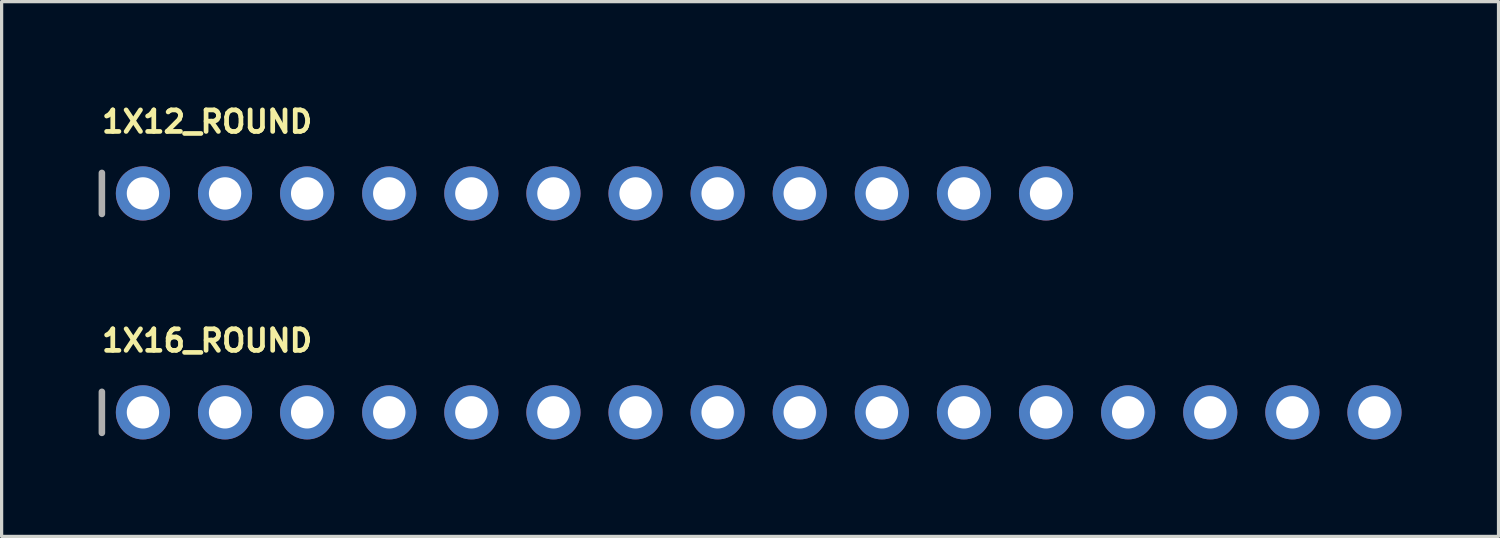
<source format=kicad_pcb>
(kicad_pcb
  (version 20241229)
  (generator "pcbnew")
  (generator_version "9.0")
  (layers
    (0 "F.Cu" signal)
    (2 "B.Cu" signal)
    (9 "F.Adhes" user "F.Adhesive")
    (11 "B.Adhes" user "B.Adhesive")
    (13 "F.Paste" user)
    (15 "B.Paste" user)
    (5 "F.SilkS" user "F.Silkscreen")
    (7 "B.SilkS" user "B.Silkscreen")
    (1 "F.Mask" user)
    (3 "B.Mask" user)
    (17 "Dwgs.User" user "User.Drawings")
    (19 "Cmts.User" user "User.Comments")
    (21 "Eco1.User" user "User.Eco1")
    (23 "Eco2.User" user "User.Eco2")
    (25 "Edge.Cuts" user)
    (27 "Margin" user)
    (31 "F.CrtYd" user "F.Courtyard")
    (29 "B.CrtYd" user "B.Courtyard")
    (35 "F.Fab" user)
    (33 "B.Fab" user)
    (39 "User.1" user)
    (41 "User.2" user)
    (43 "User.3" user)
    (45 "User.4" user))
  (footprint "1X16_ROUND"
    (layer "F.Cu")
    (at 20.422 9.707)
    (property "Reference" "1X16_ROUND" (at -20.396 -1.829 0) (layer "F.SilkS") (effects (font (size 0.666 0.666) (thickness 0.146)) (justify left bottom)))
    (fp_line (start -20.32 -0.635) (end -20.32 0.635) (stroke (width 0.203) (type solid)) (layer "F.Fab"))
    (fp_poly (pts (xy -19.304 0.254) (xy -18.796 0.254) (xy -18.796 -0.254) (xy -19.304 -0.254)) (stroke (width 0.1) (type solid)) (fill no) (layer "F.Fab"))
    (fp_poly (pts (xy -16.764 0.254) (xy -16.256 0.254) (xy -16.256 -0.254) (xy -16.764 -0.254)) (stroke (width 0.1) (type solid)) (fill no) (layer "F.Fab"))
    (fp_poly (pts (xy -14.224 0.254) (xy -13.716 0.254) (xy -13.716 -0.254) (xy -14.224 -0.254)) (stroke (width 0.1) (type solid)) (fill no) (layer "F.Fab"))
    (fp_poly (pts (xy -11.684 0.254) (xy -11.176 0.254) (xy -11.176 -0.254) (xy -11.684 -0.254)) (stroke (width 0.1) (type solid)) (fill no) (layer "F.Fab"))
    (fp_poly (pts (xy -9.144 0.254) (xy -8.636 0.254) (xy -8.636 -0.254) (xy -9.144 -0.254)) (stroke (width 0.1) (type solid)) (fill no) (layer "F.Fab"))
    (fp_poly (pts (xy -6.604 0.254) (xy -6.096 0.254) (xy -6.096 -0.254) (xy -6.604 -0.254)) (stroke (width 0.1) (type solid)) (fill no) (layer "F.Fab"))
    (fp_poly (pts (xy -4.064 0.254) (xy -3.556 0.254) (xy -3.556 -0.254) (xy -4.064 -0.254)) (stroke (width 0.1) (type solid)) (fill no) (layer "F.Fab"))
    (fp_poly (pts (xy -1.524 0.254) (xy -1.016 0.254) (xy -1.016 -0.254) (xy -1.524 -0.254)) (stroke (width 0.1) (type solid)) (fill no) (layer "F.Fab"))
    (fp_poly (pts (xy 1.016 0.254) (xy 1.524 0.254) (xy 1.524 -0.254) (xy 1.016 -0.254)) (stroke (width 0.1) (type solid)) (fill no) (layer "F.Fab"))
    (fp_poly (pts (xy 3.556 0.254) (xy 4.064 0.254) (xy 4.064 -0.254) (xy 3.556 -0.254)) (stroke (width 0.1) (type solid)) (fill no) (layer "F.Fab"))
    (fp_poly (pts (xy 6.096 0.254) (xy 6.604 0.254) (xy 6.604 -0.254) (xy 6.096 -0.254)) (stroke (width 0.1) (type solid)) (fill no) (layer "F.Fab"))
    (fp_poly (pts (xy 8.636 0.254) (xy 9.144 0.254) (xy 9.144 -0.254) (xy 8.636 -0.254)) (stroke (width 0.1) (type solid)) (fill no) (layer "F.Fab"))
    (fp_poly (pts (xy 11.176 0.254) (xy 11.684 0.254) (xy 11.684 -0.254) (xy 11.176 -0.254)) (stroke (width 0.1) (type solid)) (fill no) (layer "F.Fab"))
    (fp_poly (pts (xy 13.716 0.254) (xy 14.224 0.254) (xy 14.224 -0.254) (xy 13.716 -0.254)) (stroke (width 0.1) (type solid)) (fill no) (layer "F.Fab"))
    (fp_poly (pts (xy 16.256 0.254) (xy 16.764 0.254) (xy 16.764 -0.254) (xy 16.256 -0.254)) (stroke (width 0.1) (type solid)) (fill no) (layer "F.Fab"))
    (fp_poly (pts (xy 18.796 0.254) (xy 19.304 0.254) (xy 19.304 -0.254) (xy 18.796 -0.254)) (stroke (width 0.1) (type solid)) (fill no) (layer "F.Fab"))
    (pad "1" thru_hole circle (at -19.05 0 90) (size 1.676 1.676) (drill 1) (layers "*.Cu" "*.Mask"))
    (pad "2" thru_hole circle (at -16.51 0 90) (size 1.676 1.676) (drill 1) (layers "*.Cu" "*.Mask"))
    (pad "3" thru_hole circle (at -13.97 0 90) (size 1.676 1.676) (drill 1) (layers "*.Cu" "*.Mask"))
    (pad "4" thru_hole circle (at -11.43 0 90) (size 1.676 1.676) (drill 1) (layers "*.Cu" "*.Mask"))
    (pad "5" thru_hole circle (at -8.89 0 90) (size 1.676 1.676) (drill 1) (layers "*.Cu" "*.Mask"))
    (pad "6" thru_hole circle (at -6.35 0 90) (size 1.676 1.676) (drill 1) (layers "*.Cu" "*.Mask"))
    (pad "7" thru_hole circle (at -3.81 0 90) (size 1.676 1.676) (drill 1) (layers "*.Cu" "*.Mask"))
    (pad "8" thru_hole circle (at -1.27 0 90) (size 1.676 1.676) (drill 1) (layers "*.Cu" "*.Mask"))
    (pad "9" thru_hole circle (at 1.27 0 90) (size 1.676 1.676) (drill 1) (layers "*.Cu" "*.Mask"))
    (pad "10" thru_hole circle (at 3.81 0 90) (size 1.676 1.676) (drill 1) (layers "*.Cu" "*.Mask"))
    (pad "11" thru_hole circle (at 6.35 0 90) (size 1.676 1.676) (drill 1) (layers "*.Cu" "*.Mask"))
    (pad "12" thru_hole circle (at 8.89 0 90) (size 1.676 1.676) (drill 1) (layers "*.Cu" "*.Mask"))
    (pad "13" thru_hole circle (at 11.43 0 90) (size 1.676 1.676) (drill 1) (layers "*.Cu" "*.Mask"))
    (pad "14" thru_hole circle (at 13.97 0 90) (size 1.676 1.676) (drill 1) (layers "*.Cu" "*.Mask"))
    (pad "15" thru_hole circle (at 16.51 0 90) (size 1.676 1.676) (drill 1) (layers "*.Cu" "*.Mask"))
    (pad "16" thru_hole circle (at 19.05 0 90) (size 1.676 1.676) (drill 1) (layers "*.Cu" "*.Mask")))
  (footprint "1X12_ROUND"
    (layer "F.Cu")
    (at 15.342 2.934)
    (property "Reference" "1X12_ROUND" (at -15.316 -1.829 0) (layer "F.SilkS") (effects (font (size 0.666 0.666) (thickness 0.146)) (justify left bottom)))
    (fp_line (start -15.24 -0.635) (end -15.24 0.635) (stroke (width 0.203) (type solid)) (layer "F.Fab"))
    (fp_poly (pts (xy -14.224 0.254) (xy -13.716 0.254) (xy -13.716 -0.254) (xy -14.224 -0.254)) (stroke (width 0.1) (type solid)) (fill no) (layer "F.Fab"))
    (fp_poly (pts (xy -11.684 0.254) (xy -11.176 0.254) (xy -11.176 -0.254) (xy -11.684 -0.254)) (stroke (width 0.1) (type solid)) (fill no) (layer "F.Fab"))
    (fp_poly (pts (xy -9.144 0.254) (xy -8.636 0.254) (xy -8.636 -0.254) (xy -9.144 -0.254)) (stroke (width 0.1) (type solid)) (fill no) (layer "F.Fab"))
    (fp_poly (pts (xy -6.604 0.254) (xy -6.096 0.254) (xy -6.096 -0.254) (xy -6.604 -0.254)) (stroke (width 0.1) (type solid)) (fill no) (layer "F.Fab"))
    (fp_poly (pts (xy -4.064 0.254) (xy -3.556 0.254) (xy -3.556 -0.254) (xy -4.064 -0.254)) (stroke (width 0.1) (type solid)) (fill no) (layer "F.Fab"))
    (fp_poly (pts (xy -1.524 0.254) (xy -1.016 0.254) (xy -1.016 -0.254) (xy -1.524 -0.254)) (stroke (width 0.1) (type solid)) (fill no) (layer "F.Fab"))
    (fp_poly (pts (xy 1.016 0.254) (xy 1.524 0.254) (xy 1.524 -0.254) (xy 1.016 -0.254)) (stroke (width 0.1) (type solid)) (fill no) (layer "F.Fab"))
    (fp_poly (pts (xy 3.556 0.254) (xy 4.064 0.254) (xy 4.064 -0.254) (xy 3.556 -0.254)) (stroke (width 0.1) (type solid)) (fill no) (layer "F.Fab"))
    (fp_poly (pts (xy 6.096 0.254) (xy 6.604 0.254) (xy 6.604 -0.254) (xy 6.096 -0.254)) (stroke (width 0.1) (type solid)) (fill no) (layer "F.Fab"))
    (fp_poly (pts (xy 8.636 0.254) (xy 9.144 0.254) (xy 9.144 -0.254) (xy 8.636 -0.254)) (stroke (width 0.1) (type solid)) (fill no) (layer "F.Fab"))
    (fp_poly (pts (xy 11.176 0.254) (xy 11.684 0.254) (xy 11.684 -0.254) (xy 11.176 -0.254)) (stroke (width 0.1) (type solid)) (fill no) (layer "F.Fab"))
    (fp_poly (pts (xy 13.716 0.254) (xy 14.224 0.254) (xy 14.224 -0.254) (xy 13.716 -0.254)) (stroke (width 0.1) (type solid)) (fill no) (layer "F.Fab"))
    (pad "1" thru_hole circle (at -13.97 0 90) (size 1.676 1.676) (drill 1) (layers "*.Cu" "*.Mask"))
    (pad "2" thru_hole circle (at -11.43 0 90) (size 1.676 1.676) (drill 1) (layers "*.Cu" "*.Mask"))
    (pad "3" thru_hole circle (at -8.89 0 90) (size 1.676 1.676) (drill 1) (layers "*.Cu" "*.Mask"))
    (pad "4" thru_hole circle (at -6.35 0 90) (size 1.676 1.676) (drill 1) (layers "*.Cu" "*.Mask"))
    (pad "5" thru_hole circle (at -3.81 0 90) (size 1.676 1.676) (drill 1) (layers "*.Cu" "*.Mask"))
    (pad "6" thru_hole circle (at -1.27 0 90) (size 1.676 1.676) (drill 1) (layers "*.Cu" "*.Mask"))
    (pad "7" thru_hole circle (at 1.27 0 90) (size 1.676 1.676) (drill 1) (layers "*.Cu" "*.Mask"))
    (pad "8" thru_hole circle (at 3.81 0 90) (size 1.676 1.676) (drill 1) (layers "*.Cu" "*.Mask"))
    (pad "9" thru_hole circle (at 6.35 0 90) (size 1.676 1.676) (drill 1) (layers "*.Cu" "*.Mask"))
    (pad "10" thru_hole circle (at 8.89 0 90) (size 1.676 1.676) (drill 1) (layers "*.Cu" "*.Mask"))
    (pad "11" thru_hole circle (at 11.43 0 90) (size 1.676 1.676) (drill 1) (layers "*.Cu" "*.Mask"))
    (pad "12" thru_hole circle (at 13.97 0 90) (size 1.676 1.676) (drill 1) (layers "*.Cu" "*.Mask")))
  (gr_rect
    (start -3 -3)
    (end 43.31 13.545)
    (stroke (width 0.1) (type default))
    (fill no)
    (layer "Edge.Cuts")))
</source>
